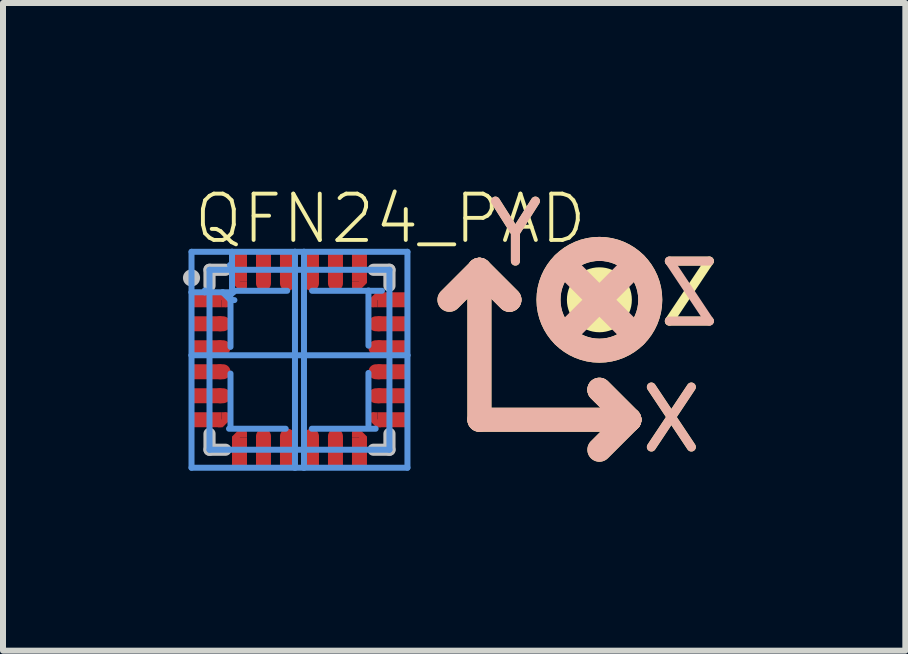
<source format=kicad_pcb>
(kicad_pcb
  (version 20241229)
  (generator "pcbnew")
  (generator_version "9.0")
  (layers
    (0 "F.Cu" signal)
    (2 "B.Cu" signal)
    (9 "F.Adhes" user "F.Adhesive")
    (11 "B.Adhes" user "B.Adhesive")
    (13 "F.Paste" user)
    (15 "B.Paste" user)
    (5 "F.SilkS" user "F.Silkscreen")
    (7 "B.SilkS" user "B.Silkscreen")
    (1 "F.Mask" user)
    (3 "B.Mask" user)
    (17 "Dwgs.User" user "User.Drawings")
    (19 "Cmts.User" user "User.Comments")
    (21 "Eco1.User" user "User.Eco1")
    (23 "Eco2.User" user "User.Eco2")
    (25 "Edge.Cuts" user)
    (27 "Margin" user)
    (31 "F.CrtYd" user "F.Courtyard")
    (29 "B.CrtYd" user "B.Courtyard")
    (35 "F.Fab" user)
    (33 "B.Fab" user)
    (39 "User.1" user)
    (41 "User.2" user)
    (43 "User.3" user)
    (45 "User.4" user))
  (footprint "QFN24_PAD"
    (layer "F.Cu")
    (at 1.943 2.948)
    (property "Reference" "QFN24_PAD" (at -1.8 -1.9 0) (layer "F.SilkS") (effects (font (size 0.772 0.772) (thickness 0.065)) (justify left bottom)))
    (attr through_hole)
    (fp_line (start 2.5 -1) (end 3 -1.5) (stroke (width 0.4) (type solid)) (layer "F.SilkS"))
    (fp_line (start 3 -1.5) (end 3 1) (stroke (width 0.4) (type solid)) (layer "F.SilkS"))
    (fp_line (start 3 -1.5) (end 3.5 -1) (stroke (width 0.4) (type solid)) (layer "F.SilkS"))
    (fp_line (start 3 1) (end 5.5 1) (stroke (width 0.4) (type solid)) (layer "F.SilkS"))
    (fp_line (start 3.5 -1) (end 3 -1.5) (stroke (width 0.4) (type solid)) (layer "F.SilkS"))
    (fp_line (start 5 0.5) (end 5.5 1) (stroke (width 0.4) (type solid)) (layer "F.SilkS"))
    (fp_line (start 5.5 1) (end 5 0.5) (stroke (width 0.4) (type solid)) (layer "F.SilkS"))
    (fp_line (start 5.5 1) (end 5 1.5) (stroke (width 0.4) (type solid)) (layer "F.SilkS"))
    (fp_circle (center 5 -1) (end 5.1 -0.9) (stroke (width 0.4) (type solid)) (fill no) (layer "F.SilkS"))
    (fp_circle (center 5 -1) (end 5.6 -0.4) (stroke (width 0.4) (type solid)) (fill no) (layer "F.SilkS"))
    (fp_line (start 2.5 -1) (end 3 -1.5) (stroke (width 0.4) (type solid)) (layer "B.SilkS"))
    (fp_line (start 3 -1.5) (end 3 1) (stroke (width 0.4) (type solid)) (layer "B.SilkS"))
    (fp_line (start 3 -1.5) (end 3.5 -1) (stroke (width 0.4) (type solid)) (layer "B.SilkS"))
    (fp_line (start 3 1) (end 5.5 1) (stroke (width 0.4) (type solid)) (layer "B.SilkS"))
    (fp_line (start 3.5 -1) (end 3 -1.5) (stroke (width 0.4) (type solid)) (layer "B.SilkS"))
    (fp_line (start 4.4 -1.6) (end 5.6 -0.4) (stroke (width 0.4) (type solid)) (layer "B.SilkS"))
    (fp_line (start 5 0.5) (end 5.5 1) (stroke (width 0.4) (type solid)) (layer "B.SilkS"))
    (fp_line (start 5.5 1) (end 5 0.5) (stroke (width 0.4) (type solid)) (layer "B.SilkS"))
    (fp_line (start 5.5 1) (end 5 1.5) (stroke (width 0.4) (type solid)) (layer "B.SilkS"))
    (fp_line (start 5.6 -1.6) (end 4.4 -0.4) (stroke (width 0.4) (type solid)) (layer "B.SilkS"))
    (fp_circle (center 5 -1) (end 5.6 -0.4) (stroke (width 0.4) (type solid)) (fill no) (layer "B.SilkS"))
    (fp_circle (center -0.45 -0.35) (end -0.15 -0.35) (stroke (width 0) (type solid)) (fill yes) (layer "F.Paste"))
    (fp_circle (center -0.45 0.35) (end -0.15 0.35) (stroke (width 0) (type solid)) (fill yes) (layer "F.Paste"))
    (fp_circle (center 0.45 -0.35) (end 0.75 -0.35) (stroke (width 0) (type solid)) (fill yes) (layer "F.Paste"))
    (fp_circle (center 0.45 0.35) (end 0.75 0.35) (stroke (width 0) (type solid)) (fill yes) (layer "F.Paste"))
    (fp_line (start -1.5 -1.235) (end -1.5 -1.5) (stroke (width 0.203) (type solid)) (layer "Dwgs.User"))
    (fp_line (start -1.5 1.235) (end -1.5 1.5) (stroke (width 0.203) (type solid)) (layer "Dwgs.User"))
    (fp_line (start -1.235 -1.5) (end -1.5 -1.5) (stroke (width 0.203) (type solid)) (layer "Dwgs.User"))
    (fp_line (start -1.235 1.5) (end -1.5 1.5) (stroke (width 0.203) (type solid)) (layer "Dwgs.User"))
    (fp_line (start 1.235 -1.5) (end 1.5 -1.5) (stroke (width 0.203) (type solid)) (layer "Dwgs.User"))
    (fp_line (start 1.235 1.5) (end 1.5 1.5) (stroke (width 0.203) (type solid)) (layer "Dwgs.User"))
    (fp_line (start 1.5 -1.235) (end 1.5 -1.5) (stroke (width 0.203) (type solid)) (layer "Dwgs.User"))
    (fp_line (start 1.5 1.235) (end 1.5 1.5) (stroke (width 0.203) (type solid)) (layer "Dwgs.User"))
    (fp_circle (center -1.8 -1.365) (end -1.657 -1.365) (stroke (width 0) (type solid)) (fill yes) (layer "Dwgs.User"))
    (fp_line (start -1.8 -1.8) (end -1.125 -1.8) (stroke (width 0.1) (type solid)) (layer "Cmts.User"))
    (fp_line (start -1.8 -1.125) (end -1.8 -1.8) (stroke (width 0.1) (type solid)) (layer "Cmts.User"))
    (fp_line (start -1.8 -1.125) (end -1.58 -1.125) (stroke (width 0.1) (type solid)) (layer "Cmts.User"))
    (fp_line (start -1.8 -0.075) (end -1.8 -1.125) (stroke (width 0.1) (type solid)) (layer "Cmts.User"))
    (fp_line (start -1.8 -0.075) (end 1.8 -0.075) (stroke (width 0.1) (type solid)) (layer "Cmts.User"))
    (fp_line (start -1.8 1.8) (end -1.8 -0.075) (stroke (width 0.1) (type solid)) (layer "Cmts.User"))
    (fp_line (start -1.8 1.8) (end -0.075 1.8) (stroke (width 0.1) (type solid)) (layer "Cmts.User"))
    (fp_line (start -1.58 -1.125) (end -1.58 -1.155) (stroke (width 0.1) (type solid)) (layer "Cmts.User"))
    (fp_line (start -1.58 -1.125) (end -1.28 -1.125) (stroke (width 0.1) (type solid)) (layer "Cmts.User"))
    (fp_line (start -1.5 -1.5) (end 1.5 -1.5) (stroke (width 0.1) (type solid)) (layer "Cmts.User"))
    (fp_line (start -1.5 1.5) (end -1.5 -1.5) (stroke (width 0.1) (type solid)) (layer "Cmts.User"))
    (fp_line (start -1.28 -1.125) (end -1.1 -1.125) (stroke (width 0.1) (type solid)) (layer "Cmts.User"))
    (fp_line (start -1.15 -0.995) (end -1.28 -1.125) (stroke (width 0.1) (type solid)) (layer "Cmts.User"))
    (fp_line (start -1.15 -0.995) (end -1.085 -0.995) (stroke (width 0.1) (type solid)) (layer "Cmts.User"))
    (fp_line (start -1.15 -0.215) (end -1.15 -1.035) (stroke (width 0.1) (type solid)) (layer "Cmts.User"))
    (fp_line (start -1.15 0.23) (end -1.15 1.125) (stroke (width 0.1) (type solid)) (layer "Cmts.User"))
    (fp_line (start -1.125 -1.8) (end -1.125 -1.58) (stroke (width 0.1) (type solid)) (layer "Cmts.User"))
    (fp_line (start -1.125 -1.8) (end -0.075 -1.8) (stroke (width 0.1) (type solid)) (layer "Cmts.User"))
    (fp_line (start -1.125 -1.58) (end -1.16 -1.58) (stroke (width 0.1) (type solid)) (layer "Cmts.User"))
    (fp_line (start -1.125 -1.58) (end -1.125 -1.105) (stroke (width 0.1) (type solid)) (layer "Cmts.User"))
    (fp_line (start -0.23 1.15) (end -1.175 1.15) (stroke (width 0.1) (type solid)) (layer "Cmts.User"))
    (fp_line (start -0.205 -1.15) (end -1.11 -1.15) (stroke (width 0.1) (type solid)) (layer "Cmts.User"))
    (fp_line (start -0.075 -1.8) (end 0.075 -1.8) (stroke (width 0.1) (type solid)) (layer "Cmts.User"))
    (fp_line (start -0.075 1.8) (end -0.075 -1.8) (stroke (width 0.1) (type solid)) (layer "Cmts.User"))
    (fp_line (start -0.075 1.8) (end 0.075 1.8) (stroke (width 0.1) (type solid)) (layer "Cmts.User"))
    (fp_line (start 0.075 -1.8) (end 1.8 -1.8) (stroke (width 0.1) (type solid)) (layer "Cmts.User"))
    (fp_line (start 0.075 1.8) (end 0.075 -1.8) (stroke (width 0.1) (type solid)) (layer "Cmts.User"))
    (fp_line (start 0.075 1.8) (end 1.8 1.8) (stroke (width 0.1) (type solid)) (layer "Cmts.User"))
    (fp_line (start 0.205 1.15) (end 1.27 1.15) (stroke (width 0.1) (type solid)) (layer "Cmts.User"))
    (fp_line (start 0.21 -1.15) (end 1.375 -1.15) (stroke (width 0.1) (type solid)) (layer "Cmts.User"))
    (fp_line (start 1.15 -0.235) (end 1.15 -1.155) (stroke (width 0.1) (type solid)) (layer "Cmts.User"))
    (fp_line (start 1.15 0.22) (end 1.15 1.09) (stroke (width 0.1) (type solid)) (layer "Cmts.User"))
    (fp_line (start 1.5 -1.5) (end 1.5 1.5) (stroke (width 0.1) (type solid)) (layer "Cmts.User"))
    (fp_line (start 1.5 1.5) (end -1.5 1.5) (stroke (width 0.1) (type solid)) (layer "Cmts.User"))
    (fp_line (start 1.8 -0.075) (end 1.8 -1.8) (stroke (width 0.1) (type solid)) (layer "Cmts.User"))
    (fp_line (start 1.8 1.8) (end 1.8 -0.075) (stroke (width 0.1) (type solid)) (layer "Cmts.User"))
    (fp_text user "Y" (at 3.6 -2.1 0) (layer "F.SilkS") (effects (font (size 1 1) (thickness 0.15))))
    (fp_text user "Z" (at 6.5 -1.1 0) (layer "F.SilkS") (effects (font (size 1 1) (thickness 0.15))))
    (fp_text user "X" (at 6.2 1 0) (layer "F.SilkS") (effects (font (size 1 1) (thickness 0.15))))
    (fp_text user "X" (at 6.2 1 0) (layer "B.SilkS") (effects (font (size 1 1) (thickness 0.15)) (justify mirror)))
    (fp_text user "Z" (at 6.5 -1.1 0) (layer "B.SilkS") (effects (font (size 1 1) (thickness 0.15)) (justify mirror)))
    (fp_text user "Y" (at 3.6 -2.1 0) (layer "B.SilkS") (effects (font (size 1 1) (thickness 0.15)) (justify mirror)))
    (pad "1" smd rect (at -1.55 -1 90) (size 0.25 0.5) (layers "F.Cu" "F.Mask" "F.Paste"))
    (pad "1$1" smd rect (at -1.32 -1.06) (size 0.08 0.13) (layers "F.Cu" "F.Mask" "F.Paste"))
    (pad "1$2" smd rect (at -1.25 -1.024 45) (size 0.1 0.185) (layers "F.Cu" "F.Mask" "F.Paste"))
    (pad "1$3" smd rect (at -1.26 -0.94) (size 0.08 0.13) (layers "F.Cu" "F.Mask" "F.Paste"))
    (pad "1$4" smd circle (at -1.22 -0.945) (size 0.14 0.14) (layers "F.Cu" "F.Mask" "F.Paste"))
    (pad "1$5" smd rect (at -1.175 -0.97) (size 0.05 0.05) (layers "F.Cu" "F.Mask" "F.Paste"))
    (pad "2" smd rect (at -1.55 -0.6 90) (size 0.25 0.5) (layers "F.Cu" "F.Mask" "F.Paste"))
    (pad "3" smd rect (at -1.55 -0.2 90) (size 0.25 0.5) (layers "F.Cu" "F.Mask" "F.Paste"))
    (pad "4" smd rect (at -1.55 0.2 90) (size 0.25 0.5) (layers "F.Cu" "F.Mask" "F.Paste"))
    (pad "5" smd rect (at -1.55 0.6 90) (size 0.25 0.5) (layers "F.Cu" "F.Mask" "F.Paste"))
    (pad "6" smd rect (at -1.55 1 90) (size 0.25 0.5) (layers "F.Cu" "F.Mask" "F.Paste"))
    (pad "7" smd rect (at -1 1.55 180) (size 0.25 0.5) (layers "F.Cu" "F.Mask" "F.Paste"))
    (pad "8" smd rect (at -0.6 1.55 180) (size 0.25 0.5) (layers "F.Cu" "F.Mask" "F.Paste"))
    (pad "9" smd rect (at -0.2 1.55 180) (size 0.25 0.5) (layers "F.Cu" "F.Mask" "F.Paste"))
    (pad "10" smd rect (at 0.2 1.55 180) (size 0.25 0.5) (layers "F.Cu" "F.Mask" "F.Paste"))
    (pad "11" smd rect (at 0.6 1.55 180) (size 0.25 0.5) (layers "F.Cu" "F.Mask" "F.Paste"))
    (pad "12" smd rect (at 1 1.55 180) (size 0.25 0.5) (layers "F.Cu" "F.Mask" "F.Paste"))
    (pad "13" smd rect (at 1.55 1 270) (size 0.25 0.5) (layers "F.Cu" "F.Mask" "F.Paste"))
    (pad "14" smd rect (at 1.55 0.6 270) (size 0.25 0.5) (layers "F.Cu" "F.Mask" "F.Paste"))
    (pad "15" smd rect (at 1.55 0.2 270) (size 0.25 0.5) (layers "F.Cu" "F.Mask" "F.Paste"))
    (pad "16" smd rect (at 1.55 -0.2 270) (size 0.25 0.5) (layers "F.Cu" "F.Mask" "F.Paste"))
    (pad "17" smd rect (at 1.55 -0.6 270) (size 0.25 0.5) (layers "F.Cu" "F.Mask" "F.Paste"))
    (pad "18" smd rect (at 1.55 -1 270) (size 0.25 0.5) (layers "F.Cu" "F.Mask" "F.Paste"))
    (pad "19" smd rect (at 1 -1.55) (size 0.25 0.5) (layers "F.Cu" "F.Mask" "F.Paste"))
    (pad "20" smd rect (at 0.6 -1.55) (size 0.25 0.5) (layers "F.Cu" "F.Mask" "F.Paste"))
    (pad "21" smd rect (at 0.2 -1.55) (size 0.25 0.5) (layers "F.Cu" "F.Mask" "F.Paste"))
    (pad "22" smd rect (at -0.2 -1.55) (size 0.25 0.5) (layers "F.Cu" "F.Mask" "F.Paste"))
    (pad "23" smd rect (at -0.6 -1.55) (size 0.25 0.5) (layers "F.Cu" "F.Mask" "F.Paste"))
    (pad "24" smd rect (at -1 -1.55) (size 0.25 0.5) (layers "F.Cu" "F.Mask" "F.Paste"))
    (pad "P$1" smd oval (at -0.2 -1.3) (size 0.25 0.3) (layers "F.Cu" "F.Mask" "F.Paste"))
    (pad "P$2" smd oval (at -1.3 -0.2 90) (size 0.25 0.3) (layers "F.Cu" "F.Mask" "F.Paste"))
    (pad "P$3" smd oval (at 0.2 -1.3) (size 0.25 0.3) (layers "F.Cu" "F.Mask" "F.Paste"))
    (pad "P$4" smd oval (at -1.3 -0.6 90) (size 0.25 0.3) (layers "F.Cu" "F.Mask" "F.Paste"))
    (pad "P$5" smd oval (at 0.6 -1.3) (size 0.25 0.3) (layers "F.Cu" "F.Mask" "F.Paste"))
    (pad "P$7" smd rect (at 1.25 1.024 225) (size 0.1 0.185) (layers "F.Cu" "F.Mask" "F.Paste"))
    (pad "P$11" smd oval (at -0.6 -1.3) (size 0.25 0.3) (layers "F.Cu" "F.Mask" "F.Paste"))
    (pad "P$16" smd oval (at 0.2 1.3 180) (size 0.25 0.3) (layers "F.Cu" "F.Mask" "F.Paste"))
    (pad "P$18" smd oval (at -0.2 1.3 180) (size 0.25 0.3) (layers "F.Cu" "F.Mask" "F.Paste"))
    (pad "P$20" smd oval (at -0.6 1.3 180) (size 0.25 0.3) (layers "F.Cu" "F.Mask" "F.Paste"))
    (pad "P$22" smd rect (at -1.024 1.25 135) (size 0.1 0.185) (layers "F.Cu" "F.Mask" "F.Paste"))
    (pad "P$23" smd circle (at -0.945 1.22 90) (size 0.14 0.14) (layers "F.Cu" "F.Mask" "F.Paste"))
    (pad "P$24" smd circle (at 1.22 0.945 180) (size 0.14 0.14) (layers "F.Cu" "F.Mask" "F.Paste"))
    (pad "P$25" smd rect (at -0.97 1.175 90) (size 0.05 0.05) (layers "F.Cu" "F.Mask" "F.Paste"))
    (pad "P$26" smd oval (at 0.6 1.3 180) (size 0.25 0.3) (layers "F.Cu" "F.Mask" "F.Paste"))
    (pad "P$27" smd rect (at -0.94 1.26 90) (size 0.08 0.13) (layers "F.Cu" "F.Mask" "F.Paste"))
    (pad "P$28" smd oval (at -1.3 0.2 90) (size 0.25 0.3) (layers "F.Cu" "F.Mask" "F.Paste"))
    (pad "P$29" smd rect (at -1.06 1.32 90) (size 0.08 0.13) (layers "F.Cu" "F.Mask" "F.Paste"))
    (pad "P$31" smd rect (at 1.175 0.97 180) (size 0.05 0.05) (layers "F.Cu" "F.Mask" "F.Paste"))
    (pad "P$33" smd rect (at 1.26 0.94 180) (size 0.08 0.13) (layers "F.Cu" "F.Mask" "F.Paste"))
    (pad "P$34" smd rect (at 1.32 1.06 180) (size 0.08 0.13) (layers "F.Cu" "F.Mask" "F.Paste"))
    (pad "P$35" smd rect (at 1.024 -1.25 315) (size 0.1 0.185) (layers "F.Cu" "F.Mask" "F.Paste"))
    (pad "P$36" smd circle (at 0.945 -1.22 270) (size 0.14 0.14) (layers "F.Cu" "F.Mask" "F.Paste"))
    (pad "P$37" smd rect (at 0.97 -1.175 270) (size 0.05 0.05) (layers "F.Cu" "F.Mask" "F.Paste"))
    (pad "P$38" smd oval (at -1.3 0.6 90) (size 0.25 0.3) (layers "F.Cu" "F.Mask" "F.Paste"))
    (pad "P$39" smd rect (at 0.94 -1.26 270) (size 0.08 0.13) (layers "F.Cu" "F.Mask" "F.Paste"))
    (pad "P$40" smd oval (at 1.3 -0.2 270) (size 0.25 0.3) (layers "F.Cu" "F.Mask" "F.Paste"))
    (pad "P$41" smd rect (at 1.06 -1.32 270) (size 0.08 0.13) (layers "F.Cu" "F.Mask" "F.Paste"))
    (pad "P$42" smd oval (at 1.3 0.2 270) (size 0.25 0.3) (layers "F.Cu" "F.Mask" "F.Paste"))
    (pad "P$44" smd oval (at 1.3 0.6 270) (size 0.25 0.3) (layers "F.Cu" "F.Mask" "F.Paste"))
    (pad "P$49" smd rect (at 1.024 1.25 45) (size 0.1 0.185) (layers "F.Cu" "F.Mask" "F.Paste"))
    (pad "P$50" smd oval (at 1.3 -0.6 270) (size 0.25 0.3) (layers "F.Cu" "F.Mask" "F.Paste"))
    (pad "P$51" smd circle (at 0.945 1.22 90) (size 0.14 0.14) (layers "F.Cu" "F.Mask" "F.Paste"))
    (pad "P$52" smd rect (at 0.97 1.175 90) (size 0.05 0.05) (layers "F.Cu" "F.Mask" "F.Paste"))
    (pad "P$53" smd rect (at 0.94 1.26 90) (size 0.08 0.13) (layers "F.Cu" "F.Mask" "F.Paste"))
    (pad "P$54" smd rect (at 1.06 1.32 90) (size 0.08 0.13) (layers "F.Cu" "F.Mask" "F.Paste"))
    (pad "P$55" smd rect (at 1.25 -1.024 135) (size 0.1 0.185) (layers "F.Cu" "F.Mask" "F.Paste"))
    (pad "P$56" smd circle (at 1.22 -0.945 180) (size 0.14 0.14) (layers "F.Cu" "F.Mask" "F.Paste"))
    (pad "P$57" smd rect (at 1.175 -0.97 180) (size 0.05 0.05) (layers "F.Cu" "F.Mask" "F.Paste"))
    (pad "P$58" smd rect (at 1.26 -0.94 180) (size 0.08 0.13) (layers "F.Cu" "F.Mask" "F.Paste"))
    (pad "P$59" smd rect (at 1.32 -1.06 180) (size 0.08 0.13) (layers "F.Cu" "F.Mask" "F.Paste"))
    (pad "P$60" smd rect (at -1.024 -1.25 225) (size 0.1 0.185) (layers "F.Cu" "F.Mask" "F.Paste"))
    (pad "P$61" smd circle (at -0.945 -1.22 270) (size 0.14 0.14) (layers "F.Cu" "F.Mask" "F.Paste"))
    (pad "P$62" smd rect (at -0.97 -1.175 270) (size 0.05 0.05) (layers "F.Cu" "F.Mask" "F.Paste"))
    (pad "P$63" smd rect (at -0.94 -1.26 270) (size 0.08 0.13) (layers "F.Cu" "F.Mask" "F.Paste"))
    (pad "P$64" smd rect (at -1.06 -1.32 270) (size 0.08 0.13) (layers "F.Cu" "F.Mask" "F.Paste"))
    (pad "P$65" smd rect (at -1.25 1.024 315) (size 0.1 0.185) (layers "F.Cu" "F.Mask" "F.Paste"))
    (pad "P$66" smd circle (at -1.22 0.945) (size 0.14 0.14) (layers "F.Cu" "F.Mask" "F.Paste"))
    (pad "P$67" smd rect (at -1.175 0.97) (size 0.05 0.05) (layers "F.Cu" "F.Mask" "F.Paste"))
    (pad "P$68" smd rect (at -1.26 0.94) (size 0.08 0.13) (layers "F.Cu" "F.Mask" "F.Paste"))
    (pad "P$69" smd rect (at -1.32 1.06) (size 0.08 0.13) (layers "F.Cu" "F.Mask" "F.Paste")))
  (gr_rect
    (start -3 -3)
    (end 12.044 7.798)
    (stroke (width 0.1) (type default))
    (fill no)
    (layer "Edge.Cuts")))
</source>
